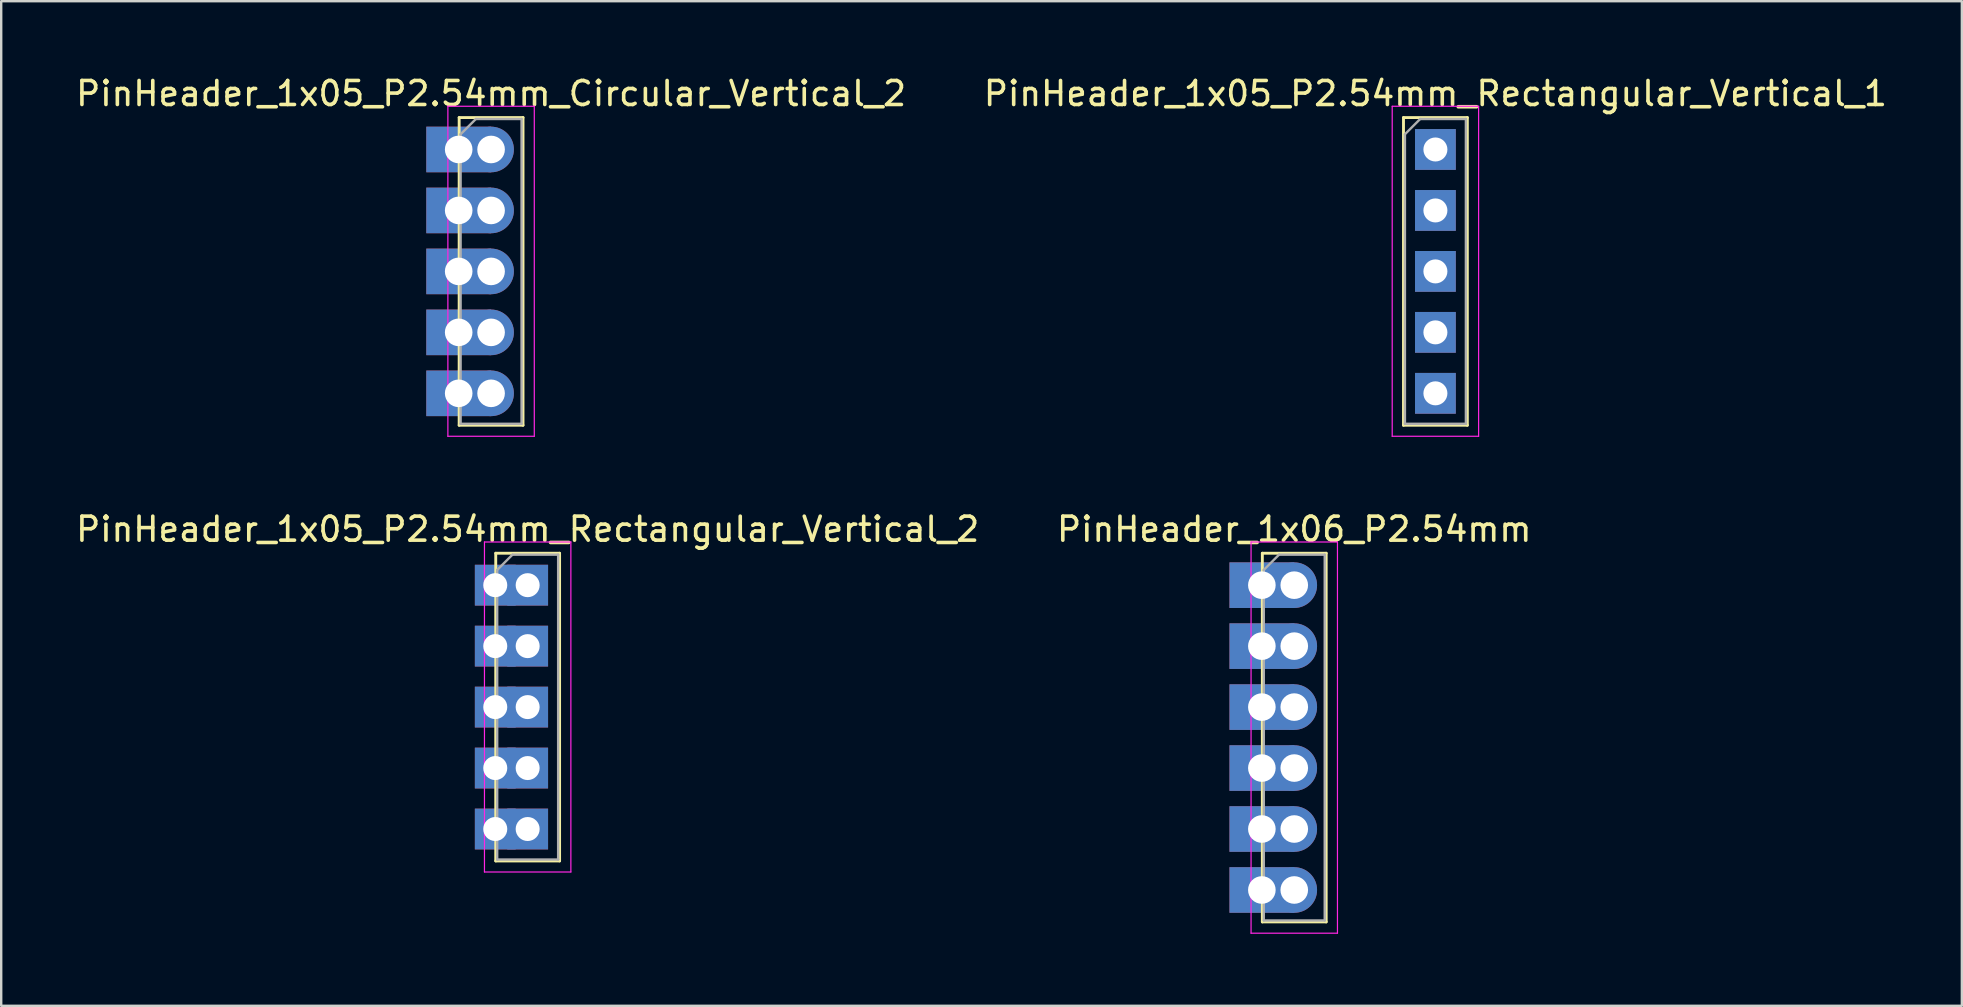
<source format=kicad_pcb>
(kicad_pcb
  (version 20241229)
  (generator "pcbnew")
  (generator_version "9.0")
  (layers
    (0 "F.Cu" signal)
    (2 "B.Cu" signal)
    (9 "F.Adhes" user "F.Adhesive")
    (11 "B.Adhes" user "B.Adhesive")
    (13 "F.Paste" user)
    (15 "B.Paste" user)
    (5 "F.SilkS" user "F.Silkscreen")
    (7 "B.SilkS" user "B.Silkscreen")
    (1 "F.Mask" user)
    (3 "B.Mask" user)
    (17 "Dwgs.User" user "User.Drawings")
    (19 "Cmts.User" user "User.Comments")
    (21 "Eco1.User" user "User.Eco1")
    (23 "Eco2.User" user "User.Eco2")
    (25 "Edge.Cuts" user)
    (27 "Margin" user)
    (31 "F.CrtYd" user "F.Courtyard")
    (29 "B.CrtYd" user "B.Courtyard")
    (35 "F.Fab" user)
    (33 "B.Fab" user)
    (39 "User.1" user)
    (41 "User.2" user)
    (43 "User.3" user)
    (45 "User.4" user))
  (footprint "PinHeader_1x05_P2.54mm_Rectangular_Vertical_2"
    (layer "F.Cu")
    (at 18.935 21.331)
    (property "Reference" "PinHeader_1x05_P2.54mm_Rectangular_Vertical_2" (at 0 -2.33 0) (layer "F.SilkS") (effects (font (size 1 1) (thickness 0.15))))
    (attr through_hole)
    (fp_line (start -1.33 -1.33) (end -1.33 11.49) (stroke (width 0.12) (type solid)) (layer "F.SilkS"))
    (fp_line (start -1.33 -1.33) (end 1.33 -1.33) (stroke (width 0.12) (type solid)) (layer "F.SilkS"))
    (fp_line (start -1.33 11.49) (end 1.33 11.49) (stroke (width 0.12) (type solid)) (layer "F.SilkS"))
    (fp_line (start 1.33 -1.33) (end 1.33 11.49) (stroke (width 0.12) (type solid)) (layer "F.SilkS"))
    (fp_line (start -1.8 -1.8) (end -1.8 11.95) (stroke (width 0.05) (type solid)) (layer "F.CrtYd"))
    (fp_line (start -1.8 11.95) (end 1.8 11.95) (stroke (width 0.05) (type solid)) (layer "F.CrtYd"))
    (fp_line (start 1.8 -1.8) (end -1.8 -1.8) (stroke (width 0.05) (type solid)) (layer "F.CrtYd"))
    (fp_line (start 1.8 11.95) (end 1.8 -1.8) (stroke (width 0.05) (type solid)) (layer "F.CrtYd"))
    (fp_line (start -1.27 -0.635) (end -0.635 -1.27) (stroke (width 0.1) (type solid)) (layer "F.Fab"))
    (fp_line (start -1.27 11.43) (end -1.27 -0.635) (stroke (width 0.1) (type solid)) (layer "F.Fab"))
    (fp_line (start -0.635 -1.27) (end 1.27 -1.27) (stroke (width 0.1) (type solid)) (layer "F.Fab"))
    (fp_line (start 1.27 -1.27) (end 1.27 11.43) (stroke (width 0.1) (type solid)) (layer "F.Fab"))
    (fp_line (start 1.27 11.43) (end -1.27 11.43) (stroke (width 0.1) (type solid)) (layer "F.Fab"))
    (pad "1" thru_hole rect (at -1.35 0) (size 1.7 1.7) (drill 1) (layers "*.Cu" "*.Mask"))
    (pad "1" thru_hole rect (at 0 0) (size 1.7 1.7) (drill 1) (layers "*.Cu" "*.Mask"))
    (pad "2" thru_hole rect (at -1.35 2.54) (size 1.7 1.7) (drill 1) (layers "*.Cu" "*.Mask"))
    (pad "2" thru_hole rect (at 0 2.54) (size 1.7 1.7) (drill 1) (layers "*.Cu" "*.Mask"))
    (pad "3" thru_hole rect (at -1.35 5.08) (size 1.7 1.7) (drill 1) (layers "*.Cu" "*.Mask"))
    (pad "3" thru_hole rect (at 0 5.08) (size 1.7 1.7) (drill 1) (layers "*.Cu" "*.Mask"))
    (pad "4" thru_hole rect (at -1.35 7.62) (size 1.7 1.7) (drill 1) (layers "*.Cu" "*.Mask"))
    (pad "4" thru_hole rect (at 0 7.62) (size 1.7 1.7) (drill 1) (layers "*.Cu" "*.Mask"))
    (pad "5" thru_hole rect (at -1.35 10.16) (size 1.7 1.7) (drill 1) (layers "*.Cu" "*.Mask"))
    (pad "5" thru_hole rect (at 0 10.16) (size 1.7 1.7) (drill 1) (layers "*.Cu" "*.Mask")))
  (footprint "PinHeader_1x05_P2.54mm_Circular_Vertical_2"
    (layer "F.Cu")
    (at 17.411 3.178)
    (property "Reference" "PinHeader_1x05_P2.54mm_Circular_Vertical_2" (at 0 -2.33 0) (layer "F.SilkS") (effects (font (size 1 1) (thickness 0.15))))
    (attr through_hole)
    (fp_line (start -1.33 -1.33) (end -1.33 11.49) (stroke (width 0.12) (type solid)) (layer "F.SilkS"))
    (fp_line (start -1.33 -1.33) (end 1.33 -1.33) (stroke (width 0.12) (type solid)) (layer "F.SilkS"))
    (fp_line (start -1.33 11.49) (end 1.33 11.49) (stroke (width 0.12) (type solid)) (layer "F.SilkS"))
    (fp_line (start 1.33 -1.33) (end 1.33 11.49) (stroke (width 0.12) (type solid)) (layer "F.SilkS"))
    (fp_line (start -1.8 -1.8) (end -1.8 11.95) (stroke (width 0.05) (type solid)) (layer "F.CrtYd"))
    (fp_line (start -1.8 11.95) (end 1.8 11.95) (stroke (width 0.05) (type solid)) (layer "F.CrtYd"))
    (fp_line (start 1.8 -1.8) (end -1.8 -1.8) (stroke (width 0.05) (type solid)) (layer "F.CrtYd"))
    (fp_line (start 1.8 11.95) (end 1.8 -1.8) (stroke (width 0.05) (type solid)) (layer "F.CrtYd"))
    (fp_line (start -1.27 -0.635) (end -0.635 -1.27) (stroke (width 0.1) (type solid)) (layer "F.Fab"))
    (fp_line (start -1.27 11.43) (end -1.27 -0.635) (stroke (width 0.1) (type solid)) (layer "F.Fab"))
    (fp_line (start -0.635 -1.27) (end 1.27 -1.27) (stroke (width 0.1) (type solid)) (layer "F.Fab"))
    (fp_line (start 1.27 -1.27) (end 1.27 11.43) (stroke (width 0.1) (type solid)) (layer "F.Fab"))
    (fp_line (start 1.27 11.43) (end -1.27 11.43) (stroke (width 0.1) (type solid)) (layer "F.Fab"))
    (pad "1" thru_hole rect (at -1.35 0) (size 2.7 1.9) (drill 1.15) (layers "*.Cu" "*.Mask"))
    (pad "1" thru_hole circle (at 0 0) (size 1.9 1.9) (drill 1.15) (layers "*.Cu" "*.Mask"))
    (pad "2" thru_hole rect (at -1.35 2.54) (size 2.7 1.9) (drill 1.15) (layers "*.Cu" "*.Mask"))
    (pad "2" thru_hole circle (at 0 2.54) (size 1.9 1.9) (drill 1.15) (layers "*.Cu" "*.Mask"))
    (pad "3" thru_hole rect (at -1.35 5.08) (size 2.7 1.9) (drill 1.15) (layers "*.Cu" "*.Mask"))
    (pad "3" thru_hole circle (at 0 5.08) (size 1.9 1.9) (drill 1.15) (layers "*.Cu" "*.Mask"))
    (pad "4" thru_hole rect (at -1.35 7.62) (size 2.7 1.9) (drill 1.15) (layers "*.Cu" "*.Mask"))
    (pad "4" thru_hole circle (at 0 7.62) (size 1.9 1.9) (drill 1.15) (layers "*.Cu" "*.Mask"))
    (pad "5" thru_hole rect (at -1.35 10.16) (size 2.7 1.9) (drill 1.15) (layers "*.Cu" "*.Mask"))
    (pad "5" thru_hole circle (at 0 10.16) (size 1.9 1.9) (drill 1.15) (layers "*.Cu" "*.Mask")))
  (footprint "PinHeader_1x05_P2.54mm_Rectangular_Vertical_1"
    (layer "F.Cu")
    (at 56.756 3.178)
    (property "Reference" "PinHeader_1x05_P2.54mm_Rectangular_Vertical_1" (at 0 -2.33 0) (layer "F.SilkS") (effects (font (size 1 1) (thickness 0.15))))
    (attr through_hole)
    (fp_line (start -1.33 -1.33) (end -1.33 11.49) (stroke (width 0.12) (type solid)) (layer "F.SilkS"))
    (fp_line (start -1.33 -1.33) (end 1.33 -1.33) (stroke (width 0.12) (type solid)) (layer "F.SilkS"))
    (fp_line (start -1.33 11.49) (end 1.33 11.49) (stroke (width 0.12) (type solid)) (layer "F.SilkS"))
    (fp_line (start 1.33 -1.33) (end 1.33 11.49) (stroke (width 0.12) (type solid)) (layer "F.SilkS"))
    (fp_line (start -1.8 -1.8) (end -1.8 11.95) (stroke (width 0.05) (type solid)) (layer "F.CrtYd"))
    (fp_line (start -1.8 11.95) (end 1.8 11.95) (stroke (width 0.05) (type solid)) (layer "F.CrtYd"))
    (fp_line (start 1.8 -1.8) (end -1.8 -1.8) (stroke (width 0.05) (type solid)) (layer "F.CrtYd"))
    (fp_line (start 1.8 11.95) (end 1.8 -1.8) (stroke (width 0.05) (type solid)) (layer "F.CrtYd"))
    (fp_line (start -1.27 -0.635) (end -0.635 -1.27) (stroke (width 0.1) (type solid)) (layer "F.Fab"))
    (fp_line (start -1.27 11.43) (end -1.27 -0.635) (stroke (width 0.1) (type solid)) (layer "F.Fab"))
    (fp_line (start -0.635 -1.27) (end 1.27 -1.27) (stroke (width 0.1) (type solid)) (layer "F.Fab"))
    (fp_line (start 1.27 -1.27) (end 1.27 11.43) (stroke (width 0.1) (type solid)) (layer "F.Fab"))
    (fp_line (start 1.27 11.43) (end -1.27 11.43) (stroke (width 0.1) (type solid)) (layer "F.Fab"))
    (pad "1" thru_hole rect (at 0 0) (size 1.7 1.7) (drill 1) (layers "*.Cu" "*.Mask"))
    (pad "2" thru_hole rect (at 0 2.54) (size 1.7 1.7) (drill 1) (layers "*.Cu" "*.Mask"))
    (pad "3" thru_hole rect (at 0 5.08) (size 1.7 1.7) (drill 1) (layers "*.Cu" "*.Mask"))
    (pad "4" thru_hole rect (at 0 7.62) (size 1.7 1.7) (drill 1) (layers "*.Cu" "*.Mask"))
    (pad "5" thru_hole rect (at 0 10.16) (size 1.7 1.7) (drill 1) (layers "*.Cu" "*.Mask")))
  (footprint "PinHeader_1x06_P2.54mm"
    (layer "F.Cu")
    (at 50.875 21.331)
    (property "Reference" "PinHeader_1x06_P2.54mm" (at 0 -2.33 0) (layer "F.SilkS") (effects (font (size 1 1) (thickness 0.15))))
    (attr through_hole)
    (fp_line (start -1.33 -1.33) (end -1.33 14.03) (stroke (width 0.12) (type solid)) (layer "F.SilkS"))
    (fp_line (start -1.33 -1.33) (end 1.33 -1.33) (stroke (width 0.12) (type solid)) (layer "F.SilkS"))
    (fp_line (start -1.33 14.03) (end 1.33 14.03) (stroke (width 0.12) (type solid)) (layer "F.SilkS"))
    (fp_line (start 1.33 -1.33) (end 1.33 14.03) (stroke (width 0.12) (type solid)) (layer "F.SilkS"))
    (fp_line (start -1.8 -1.8) (end -1.8 14.5) (stroke (width 0.05) (type solid)) (layer "F.CrtYd"))
    (fp_line (start -1.8 14.5) (end 1.8 14.5) (stroke (width 0.05) (type solid)) (layer "F.CrtYd"))
    (fp_line (start 1.8 -1.8) (end -1.8 -1.8) (stroke (width 0.05) (type solid)) (layer "F.CrtYd"))
    (fp_line (start 1.8 14.5) (end 1.8 -1.8) (stroke (width 0.05) (type solid)) (layer "F.CrtYd"))
    (fp_line (start -1.27 -0.635) (end -0.635 -1.27) (stroke (width 0.1) (type solid)) (layer "F.Fab"))
    (fp_line (start -1.27 13.97) (end -1.27 -0.635) (stroke (width 0.1) (type solid)) (layer "F.Fab"))
    (fp_line (start -0.635 -1.27) (end 1.27 -1.27) (stroke (width 0.1) (type solid)) (layer "F.Fab"))
    (fp_line (start 1.27 -1.27) (end 1.27 13.97) (stroke (width 0.1) (type solid)) (layer "F.Fab"))
    (fp_line (start 1.27 13.97) (end -1.27 13.97) (stroke (width 0.1) (type solid)) (layer "F.Fab"))
    (pad "1" thru_hole rect (at -1.35 0) (size 2.7 1.9) (drill 1.15) (layers "*.Cu" "*.Mask"))
    (pad "1" thru_hole circle (at 0 0) (size 1.9 1.9) (drill 1.15) (layers "*.Cu" "*.Mask"))
    (pad "2" thru_hole rect (at -1.35 2.54) (size 2.7 1.9) (drill 1.15) (layers "*.Cu" "*.Mask"))
    (pad "2" thru_hole circle (at 0 2.54) (size 1.9 1.9) (drill 1.15) (layers "*.Cu" "*.Mask"))
    (pad "3" thru_hole rect (at -1.35 5.08) (size 2.7 1.9) (drill 1.15) (layers "*.Cu" "*.Mask"))
    (pad "3" thru_hole circle (at 0 5.08) (size 1.9 1.9) (drill 1.15) (layers "*.Cu" "*.Mask"))
    (pad "4" thru_hole rect (at -1.35 7.62) (size 2.7 1.9) (drill 1.15) (layers "*.Cu" "*.Mask"))
    (pad "4" thru_hole circle (at 0 7.62) (size 1.9 1.9) (drill 1.15) (layers "*.Cu" "*.Mask"))
    (pad "5" thru_hole rect (at -1.35 10.16) (size 2.7 1.9) (drill 1.15) (layers "*.Cu" "*.Mask"))
    (pad "5" thru_hole circle (at 0 10.16) (size 1.9 1.9) (drill 1.15) (layers "*.Cu" "*.Mask"))
    (pad "6" thru_hole rect (at -1.35 12.7) (size 2.7 1.9) (drill 1.15) (layers "*.Cu" "*.Mask"))
    (pad "6" thru_hole circle (at 0 12.7) (size 1.9 1.9) (drill 1.15) (layers "*.Cu" "*.Mask")))
  (gr_rect
    (start -3 -3)
    (end 78.69 38.856)
    (stroke (width 0.1) (type default))
    (fill no)
    (layer "Edge.Cuts")))
</source>
